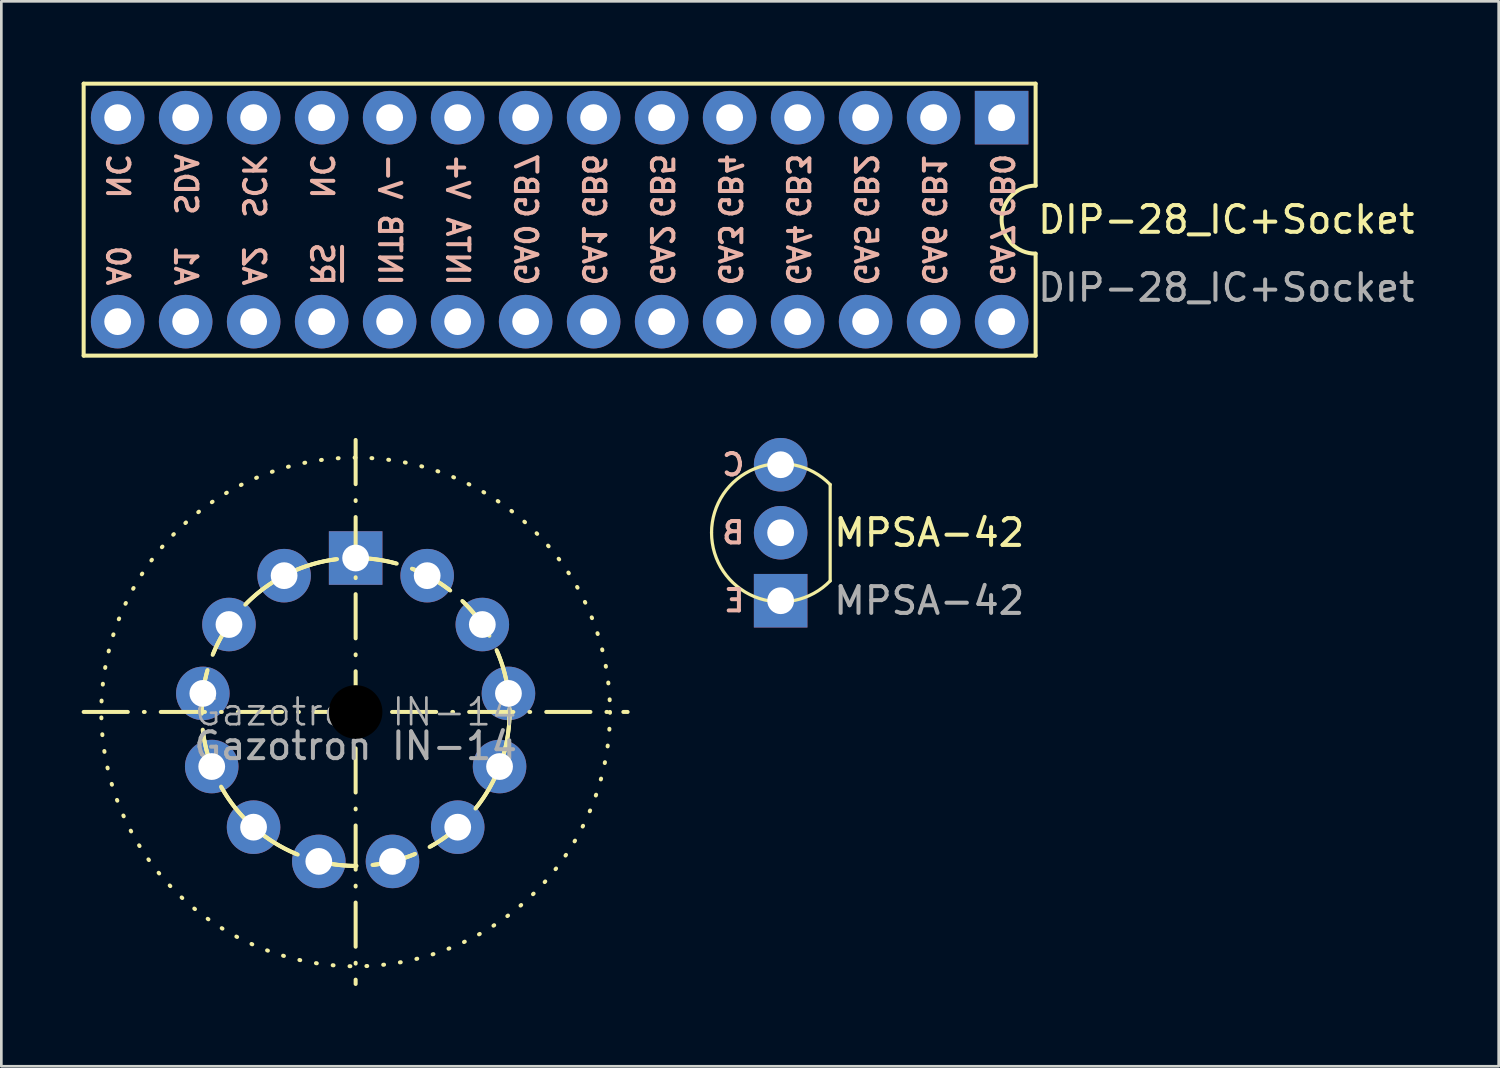
<source format=kicad_pcb>
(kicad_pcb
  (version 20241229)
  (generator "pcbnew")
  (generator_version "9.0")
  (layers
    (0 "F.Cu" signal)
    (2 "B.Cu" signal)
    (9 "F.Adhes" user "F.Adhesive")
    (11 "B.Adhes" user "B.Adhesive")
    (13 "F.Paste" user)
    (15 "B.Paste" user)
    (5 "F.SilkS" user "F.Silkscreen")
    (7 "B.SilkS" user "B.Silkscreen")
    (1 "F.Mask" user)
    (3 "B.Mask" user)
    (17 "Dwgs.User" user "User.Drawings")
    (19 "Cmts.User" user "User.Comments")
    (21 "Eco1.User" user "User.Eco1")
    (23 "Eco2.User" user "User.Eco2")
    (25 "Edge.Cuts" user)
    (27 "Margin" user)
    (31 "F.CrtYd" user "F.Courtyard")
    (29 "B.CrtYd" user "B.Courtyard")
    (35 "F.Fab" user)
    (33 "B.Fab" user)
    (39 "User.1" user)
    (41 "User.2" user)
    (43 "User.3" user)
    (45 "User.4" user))
  (footprint "MPSA-42"
    (layer "F.Cu")
    (at 26.111 19.39)
    (property "Reference" "MPSA-42" (at 1.905 -2.54 0) (unlocked yes) (layer "F.SilkS") (effects (font (size 1 1) (thickness 0.15)) (justify left)))
    (attr through_hole)
    (fp_line (start 1.85 -4.34) (end 1.85 -0.74) (stroke (width 0.12) (type solid)) (layer "F.SilkS"))
    (fp_arc (start -2.581198 -2.54) (mid -0.971427 -4.931423) (end 1.850007 -4.34) (stroke (width 0.12) (type solid)) (layer "F.SilkS"))
    (fp_arc (start 1.850007 -0.74) (mid -0.971425 -0.148576) (end -2.581192 -2.54) (stroke (width 0.12) (type solid)) (layer "F.SilkS"))
    (fp_text user "E" (at -1.27 0 0) (unlocked yes) (layer "B.SilkS") (effects (font (size 0.8 0.8) (thickness 0.15)) (justify left mirror)))
    (fp_text user "C" (at -1.27 -5.08 0) (unlocked yes) (layer "B.SilkS") (effects (font (size 0.8 0.8) (thickness 0.15)) (justify left mirror)))
    (fp_text user "B" (at -1.27 -2.54 0) (unlocked yes) (layer "B.SilkS") (effects (font (size 0.8 0.8) (thickness 0.15)) (justify left mirror)))
    (fp_text user "${REFERENCE}" (at 1.905 0 0) (unlocked yes) (layer "F.Fab") (effects (font (size 1 1) (thickness 0.15)) (justify left)))
    (pad "1" thru_hole rect (at 0 0) (size 2 2) (drill 1) (layers "*.Cu" "B.Mask"))
    (pad "2" thru_hole circle (at 0 -2.54) (size 2 2) (drill 1) (layers "*.Cu" "B.Mask"))
    (pad "3" thru_hole circle (at 0 -5.08) (size 2 2) (drill 1) (layers "*.Cu" "B.Mask")))
  (footprint "Gazotron IN-14"
    (layer "F.Cu")
    (at 10.235 23.545)
    (property "Reference" "Gazotron IN-14" (at 0 0 0) (unlocked yes) (layer "F.Fab") (effects (font (size 1 1) (thickness 0.1))))
    (attr through_hole)
    (fp_line (start -10.16 0) (end 10.16 0) (stroke (width 0.15) (type dash_dot)) (layer "F.SilkS"))
    (fp_line (start 0 -10.16) (end 0 10.16) (stroke (width 0.15) (type dash_dot)) (layer "F.SilkS"))
    (fp_circle (center 0 0) (end 5.75 0) (stroke (width 0.15) (type dash)) (fill no) (layer "F.SilkS"))
    (fp_circle (center 0 0) (end 9.5 0) (stroke (width 0.15) (type dot)) (fill no) (layer "F.SilkS"))
    (fp_text user "${REFERENCE}" (at 0 1.27 0) (unlocked yes) (layer "F.Fab") (effects (font (size 1 1) (thickness 0.15))))
    (pad "" np_thru_hole circle (at 0 0) (size 2 2) (drill 7) (layers "*.Mask"))
    (pad "1" thru_hole rect (at 0 -5.75) (size 2 2) (drill 1) (layers "*.Cu" "B.Mask"))
    (pad "2" thru_hole circle (at 2.672 -5.091) (size 2 2) (drill 1) (layers "*.Cu" "B.Mask"))
    (pad "3" thru_hole circle (at 4.732 -3.266) (size 2 2) (drill 1) (layers "*.Cu" "B.Mask"))
    (pad "4" thru_hole circle (at 5.708 -0.693) (size 2 2) (drill 1) (layers "*.Cu" "B.Mask"))
    (pad "5" thru_hole circle (at 5.376 2.039) (size 2 2) (drill 1) (layers "*.Cu" "B.Mask"))
    (pad "6" thru_hole circle (at 3.813 4.304) (size 2 2) (drill 1) (layers "*.Cu" "B.Mask"))
    (pad "7" thru_hole circle (at 1.376 5.583) (size 2 2) (drill 1) (layers "*.Cu" "B.Mask"))
    (pad "8" thru_hole circle (at -1.376 5.583) (size 2 2) (drill 1) (layers "*.Cu" "B.Mask"))
    (pad "9" thru_hole circle (at -3.813 4.304) (size 2 2) (drill 1) (layers "*.Cu" "B.Mask"))
    (pad "10" thru_hole circle (at -5.376 2.039) (size 2 2) (drill 1) (layers "*.Cu" "B.Mask"))
    (pad "11" thru_hole circle (at -5.708 -0.693) (size 2 2) (drill 1) (layers "*.Cu" "B.Mask"))
    (pad "12" thru_hole circle (at -4.732 -3.266) (size 2 2) (drill 1) (layers "*.Cu" "B.Mask"))
    (pad "13" thru_hole circle (at -2.672 -5.091) (size 2 2) (drill 1) (layers "*.Cu" "B.Mask")))
  (footprint "DIP-28_IC+Socket"
    (layer "F.Cu")
    (at 34.365 1.345)
    (property "Reference" "DIP-28_IC+Socket" (at 1.27 3.81 0) (unlocked yes) (layer "F.SilkS") (effects (font (size 1 1) (thickness 0.15)) (justify left)))
    (attr through_hole)
    (fp_line (start -34.29 -1.27) (end -34.29 8.89) (stroke (width 0.15) (type default)) (layer "F.SilkS"))
    (fp_line (start -34.29 8.89) (end 1.27 8.89) (stroke (width 0.15) (type default)) (layer "F.SilkS"))
    (fp_line (start 1.27 -1.27) (end -34.29 -1.27) (stroke (width 0.15) (type default)) (layer "F.SilkS"))
    (fp_line (start 1.27 2.54) (end 1.27 -1.27) (stroke (width 0.15) (type default)) (layer "F.SilkS"))
    (fp_line (start 1.27 8.89) (end 1.27 5.08) (stroke (width 0.15) (type default)) (layer "F.SilkS"))
    (fp_arc (start 1.27 5.08) (mid 0 3.81) (end 1.27 2.54) (stroke (width 0.15) (type default)) (layer "F.SilkS"))
    (fp_line (start -24.638 4.826) (end -24.638 6.096) (stroke (width 0.15) (type default)) (layer "B.SilkS"))
    (fp_text user "RS" (at -25.4 6.35 270) (unlocked yes) (layer "B.SilkS") (effects (font (size 0.8 0.8) (thickness 0.15)) (justify left mirror)))
    (fp_text user "GB5" (at -12.7 1.27 270) (unlocked yes) (layer "B.SilkS") (effects (font (size 0.8 0.8) (thickness 0.15)) (justify right mirror)))
    (fp_text user "INTA" (at -20.32 6.35 270) (unlocked yes) (layer "B.SilkS") (effects (font (size 0.8 0.8) (thickness 0.15)) (justify left mirror)))
    (fp_text user "NC" (at -33.02 1.27 270) (unlocked yes) (layer "B.SilkS") (effects (font (size 0.8 0.8) (thickness 0.15)) (justify right mirror)))
    (fp_text user "GA1" (at -15.24 6.35 270) (unlocked yes) (layer "B.SilkS") (effects (font (size 0.8 0.8) (thickness 0.15)) (justify left mirror)))
    (fp_text user "V+" (at -20.32 1.27 270) (unlocked yes) (layer "B.SilkS") (effects (font (size 0.8 0.8) (thickness 0.15)) (justify right mirror)))
    (fp_text user "GB0" (at 0 1.27 270) (unlocked yes) (layer "B.SilkS") (effects (font (size 0.8 0.8) (thickness 0.15)) (justify right mirror)))
    (fp_text user "SCK" (at -27.94 1.27 270) (unlocked yes) (layer "B.SilkS") (effects (font (size 0.8 0.8) (thickness 0.15)) (justify right mirror)))
    (fp_text user "GB6" (at -15.24 1.27 270) (unlocked yes) (layer "B.SilkS") (effects (font (size 0.8 0.8) (thickness 0.15)) (justify right mirror)))
    (fp_text user "GA3" (at -10.16 6.35 270) (unlocked yes) (layer "B.SilkS") (effects (font (size 0.8 0.8) (thickness 0.15)) (justify left mirror)))
    (fp_text user "GA5" (at -5.08 6.35 270) (unlocked yes) (layer "B.SilkS") (effects (font (size 0.8 0.8) (thickness 0.15)) (justify left mirror)))
    (fp_text user "V-" (at -22.86 1.27 270) (unlocked yes) (layer "B.SilkS") (effects (font (size 0.8 0.8) (thickness 0.15)) (justify right mirror)))
    (fp_text user "GA2" (at -12.7 6.35 270) (unlocked yes) (layer "B.SilkS") (effects (font (size 0.8 0.8) (thickness 0.15)) (justify left mirror)))
    (fp_text user "GA4" (at -7.62 6.35 270) (unlocked yes) (layer "B.SilkS") (effects (font (size 0.8 0.8) (thickness 0.15)) (justify left mirror)))
    (fp_text user "GB3" (at -7.62 1.27 270) (unlocked yes) (layer "B.SilkS") (effects (font (size 0.8 0.8) (thickness 0.15)) (justify right mirror)))
    (fp_text user "GB2" (at -5.08 1.27 270) (unlocked yes) (layer "B.SilkS") (effects (font (size 0.8 0.8) (thickness 0.15)) (justify right mirror)))
    (fp_text user "NC" (at -25.4 1.27 270) (unlocked yes) (layer "B.SilkS") (effects (font (size 0.8 0.8) (thickness 0.15)) (justify right mirror)))
    (fp_text user "A0" (at -33.02 6.35 270) (unlocked yes) (layer "B.SilkS") (effects (font (size 0.8 0.8) (thickness 0.15)) (justify left mirror)))
    (fp_text user "GB1" (at -2.54 1.27 270) (unlocked yes) (layer "B.SilkS") (effects (font (size 0.8 0.8) (thickness 0.15)) (justify right mirror)))
    (fp_text user "SDA" (at -30.48 1.27 270) (unlocked yes) (layer "B.SilkS") (effects (font (size 0.8 0.8) (thickness 0.15)) (justify right mirror)))
    (fp_text user "A2" (at -27.94 6.35 270) (unlocked yes) (layer "B.SilkS") (effects (font (size 0.8 0.8) (thickness 0.15)) (justify left mirror)))
    (fp_text user "GB7" (at -17.78 1.27 270) (unlocked yes) (layer "B.SilkS") (effects (font (size 0.8 0.8) (thickness 0.15)) (justify right mirror)))
    (fp_text user "GA0" (at -17.78 6.35 270) (unlocked yes) (layer "B.SilkS") (effects (font (size 0.8 0.8) (thickness 0.15)) (justify left mirror)))
    (fp_text user "GA7" (at 0 6.35 270) (unlocked yes) (layer "B.SilkS") (effects (font (size 0.8 0.8) (thickness 0.15)) (justify left mirror)))
    (fp_text user "A1" (at -30.48 6.35 270) (unlocked yes) (layer "B.SilkS") (effects (font (size 0.8 0.8) (thickness 0.15)) (justify left mirror)))
    (fp_text user "INTB" (at -22.86 6.35 270) (unlocked yes) (layer "B.SilkS") (effects (font (size 0.8 0.8) (thickness 0.15)) (justify left mirror)))
    (fp_text user "GB4" (at -10.16 1.27 270) (unlocked yes) (layer "B.SilkS") (effects (font (size 0.8 0.8) (thickness 0.15)) (justify right mirror)))
    (fp_text user "GA6" (at -2.54 6.35 270) (unlocked yes) (layer "B.SilkS") (effects (font (size 0.8 0.8) (thickness 0.15)) (justify left mirror)))
    (fp_text user "${REFERENCE}" (at 1.27 6.35 0) (unlocked yes) (layer "F.Fab") (effects (font (size 1 1) (thickness 0.15)) (justify left)))
    (pad "1" thru_hole rect (at 0 0) (size 2 2) (drill 1) (layers "*.Cu" "B.Mask"))
    (pad "2" thru_hole circle (at -2.54 0) (size 2 2) (drill 1) (layers "*.Cu" "B.Mask"))
    (pad "3" thru_hole circle (at -5.08 0) (size 2 2) (drill 1) (layers "*.Cu" "B.Mask"))
    (pad "4" thru_hole circle (at -7.62 0) (size 2 2) (drill 1) (layers "*.Cu" "B.Mask"))
    (pad "5" thru_hole circle (at -10.16 0) (size 2 2) (drill 1) (layers "*.Cu" "B.Mask"))
    (pad "6" thru_hole circle (at -12.7 0) (size 2 2) (drill 1) (layers "*.Cu" "B.Mask"))
    (pad "7" thru_hole circle (at -15.24 0) (size 2 2) (drill 1) (layers "*.Cu" "B.Mask"))
    (pad "8" thru_hole circle (at -17.78 0) (size 2 2) (drill 1) (layers "*.Cu" "B.Mask"))
    (pad "9" thru_hole circle (at -20.32 0) (size 2 2) (drill 1) (layers "*.Cu" "B.Mask"))
    (pad "10" thru_hole circle (at -22.86 0) (size 2 2) (drill 1) (layers "*.Cu" "B.Mask"))
    (pad "11" thru_hole circle (at -25.4 0) (size 2 2) (drill 1) (layers "*.Cu" "B.Mask"))
    (pad "12" thru_hole circle (at -27.94 0) (size 2 2) (drill 1) (layers "*.Cu" "B.Mask"))
    (pad "13" thru_hole circle (at -30.48 0) (size 2 2) (drill 1) (layers "*.Cu" "B.Mask"))
    (pad "14" thru_hole circle (at -33.02 0) (size 2 2) (drill 1) (layers "*.Cu" "B.Mask"))
    (pad "15" thru_hole circle (at -33.02 7.62) (size 2 2) (drill 1) (layers "*.Cu" "B.Mask"))
    (pad "16" thru_hole circle (at -30.48 7.62) (size 2 2) (drill 1) (layers "*.Cu" "B.Mask"))
    (pad "17" thru_hole circle (at -27.94 7.62) (size 2 2) (drill 1) (layers "*.Cu" "B.Mask"))
    (pad "18" thru_hole circle (at -25.4 7.62) (size 2 2) (drill 1) (layers "*.Cu" "B.Mask"))
    (pad "19" thru_hole circle (at -22.86 7.62) (size 2 2) (drill 1) (layers "*.Cu" "B.Mask"))
    (pad "20" thru_hole circle (at -20.32 7.62) (size 2 2) (drill 1) (layers "*.Cu" "B.Mask"))
    (pad "21" thru_hole circle (at -17.78 7.62) (size 2 2) (drill 1) (layers "*.Cu" "B.Mask"))
    (pad "22" thru_hole circle (at -15.24 7.62) (size 2 2) (drill 1) (layers "*.Cu" "B.Mask"))
    (pad "23" thru_hole circle (at -12.7 7.62) (size 2 2) (drill 1) (layers "*.Cu" "B.Mask"))
    (pad "24" thru_hole circle (at -10.16 7.62) (size 2 2) (drill 1) (layers "*.Cu" "B.Mask"))
    (pad "25" thru_hole circle (at -7.62 7.62) (size 2 2) (drill 1) (layers "*.Cu" "B.Mask"))
    (pad "26" thru_hole circle (at -5.08 7.62) (size 2 2) (drill 1) (layers "*.Cu" "B.Mask"))
    (pad "27" thru_hole circle (at -2.54 7.62) (size 2 2) (drill 1) (layers "*.Cu" "B.Mask"))
    (pad "28" thru_hole circle (at 0 7.62) (size 2 2) (drill 1) (layers "*.Cu" "B.Mask")))
  (gr_rect
    (start -3 -3)
    (end 52.933 36.78)
    (stroke (width 0.1) (type default))
    (fill no)
    (layer "Edge.Cuts")))
</source>
